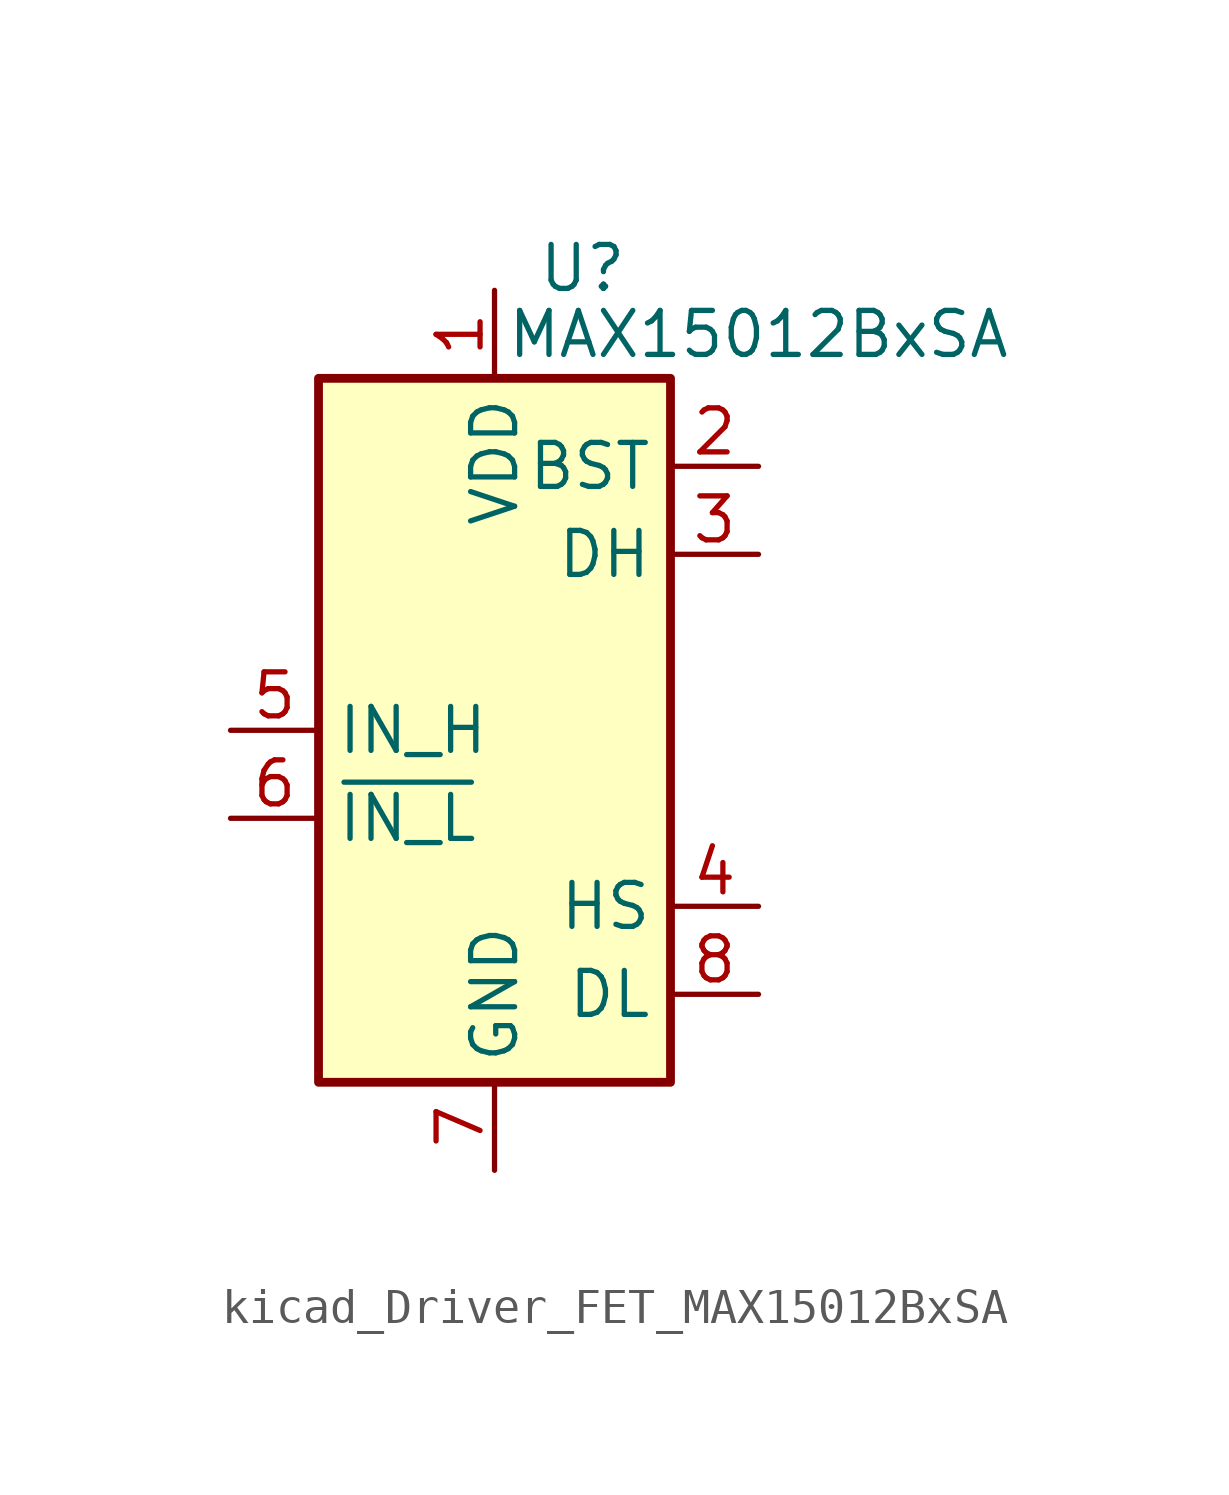
<source format=kicad_sym>
(kicad_symbol_lib
  (version 20220914)
  (generator kicad_symbol_editor)
  (symbol "kicad_Driver_FET_MAX15012BxSA"
    (property "Reference" "U"
      (at 2.54 13.335 0)
      (effects (font (size 1.27 1.27))))
    (property "Value" "MAX15012BxSA"
      (at 7.62 11.43 0)
      (effects (font (size 1.27 1.27))))
    (symbol "kicad_Driver_FET_MAX15012BxSA_0_1"
      (rectangle (start -5.08 -10.16) (end 5.08 10.16) (stroke (width 0.254) (type default)) (fill (type background))))
    (symbol "kicad_Driver_FET_MAX15012BxSA_1_1"
      (pin power_in line (at 0 12.7 270) (length 2.54) (name "VDD" (effects (font (size 1.27 1.27)))) (number "1" (effects (font (size 1.27 1.27)))))
      (pin power_in line (at 7.62 7.62 180) (length 2.54) (name "BST" (effects (font (size 1.27 1.27)))) (number "2" (effects (font (size 1.27 1.27)))))
      (pin output line (at 7.62 5.08 180) (length 2.54) (name "DH" (effects (font (size 1.27 1.27)))) (number "3" (effects (font (size 1.27 1.27)))))
      (pin passive line (at 7.62 -5.08 180) (length 2.54) (name "HS" (effects (font (size 1.27 1.27)))) (number "4" (effects (font (size 1.27 1.27)))))
      (pin input line (at -7.62 0 0) (length 2.54) (name "IN_H" (effects (font (size 1.27 1.27)))) (number "5" (effects (font (size 1.27 1.27)))))
      (pin input line (at -7.62 -2.54 0) (length 2.54) (name "~{IN_L}" (effects (font (size 1.27 1.27)))) (number "6" (effects (font (size 1.27 1.27)))))
      (pin power_in line (at 0 -12.7 90) (length 2.54) (name "GND" (effects (font (size 1.27 1.27)))) (number "7" (effects (font (size 1.27 1.27)))))
      (pin output line (at 7.62 -7.62 180) (length 2.54) (name "DL" (effects (font (size 1.27 1.27)))) (number "8" (effects (font (size 1.27 1.27))))))))
</source>
